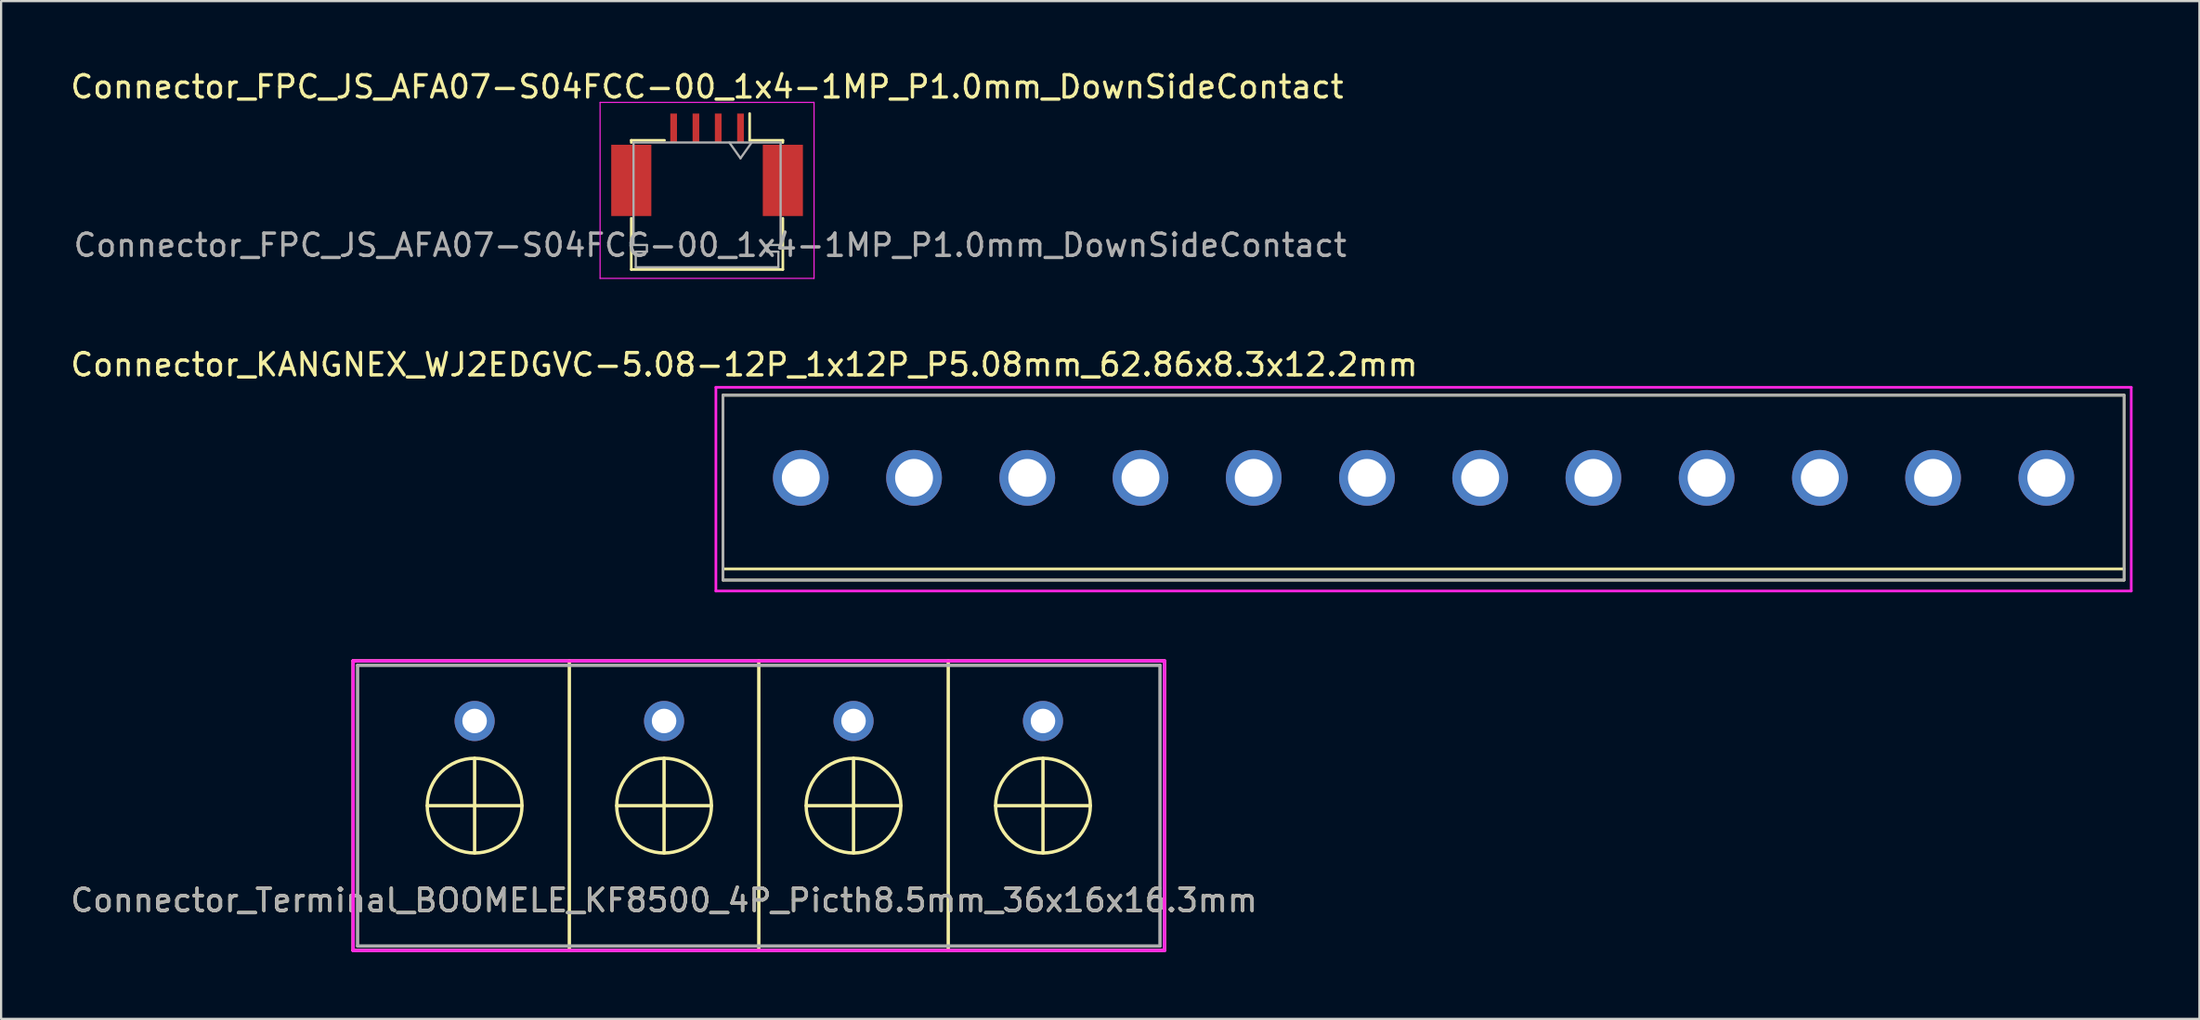
<source format=kicad_pcb>
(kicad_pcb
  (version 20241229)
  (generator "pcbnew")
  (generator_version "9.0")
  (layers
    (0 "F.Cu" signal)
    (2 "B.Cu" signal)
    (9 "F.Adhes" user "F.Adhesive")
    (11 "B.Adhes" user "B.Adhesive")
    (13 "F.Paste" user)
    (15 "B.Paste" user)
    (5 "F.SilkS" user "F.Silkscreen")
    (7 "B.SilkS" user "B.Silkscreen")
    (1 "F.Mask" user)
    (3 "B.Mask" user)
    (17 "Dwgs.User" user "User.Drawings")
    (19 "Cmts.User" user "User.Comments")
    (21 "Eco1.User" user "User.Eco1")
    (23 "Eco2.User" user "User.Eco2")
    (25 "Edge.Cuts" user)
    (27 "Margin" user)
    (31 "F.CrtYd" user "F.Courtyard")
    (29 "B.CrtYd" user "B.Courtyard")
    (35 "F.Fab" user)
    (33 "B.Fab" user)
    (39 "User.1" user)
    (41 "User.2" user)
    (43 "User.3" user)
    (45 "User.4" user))
  (footprint "Connector_KANGNEX_WJ2EDGVC-5.08-12P_1x12P_P5.08mm_62.86x8.3x12.2mm"
    (layer "F.Cu")
    (at 60.819 18.401)
    (property "Reference" "Connector_KANGNEX_WJ2EDGVC-5.08-12P_1x12P_P5.08mm_62.86x8.3x12.2mm" (at -30.48 -5.08 0) (layer "F.SilkS") (effects (font (size 1 1) (thickness 0.15))))
    (attr through_hole)
    (fp_line (start -31.43 -3.71) (end -31.43 4.59) (stroke (width 0.12) (type solid)) (layer "F.SilkS"))
    (fp_line (start -31.43 -3.71) (end 31.43 -3.71) (stroke (width 0.12) (type solid)) (layer "F.SilkS"))
    (fp_line (start -31.43 4.09) (end 31.43 4.09) (stroke (width 0.12) (type solid)) (layer "F.SilkS"))
    (fp_line (start -31.43 4.59) (end 31.43 4.59) (stroke (width 0.12) (type solid)) (layer "F.SilkS"))
    (fp_line (start 31.43 -3.71) (end 31.43 4.59) (stroke (width 0.12) (type solid)) (layer "F.SilkS"))
    (fp_line (start -31.75 -4.064) (end -31.75 5.08) (stroke (width 0.12) (type solid)) (layer "F.CrtYd"))
    (fp_line (start -31.75 5.08) (end 31.75 5.08) (stroke (width 0.12) (type solid)) (layer "F.CrtYd"))
    (fp_line (start 31.75 -4.064) (end -31.75 -4.064) (stroke (width 0.12) (type solid)) (layer "F.CrtYd"))
    (fp_line (start 31.75 5.08) (end 31.75 -4.064) (stroke (width 0.12) (type solid)) (layer "F.CrtYd"))
    (fp_line (start -31.43 -3.71) (end -31.43 4.59) (stroke (width 0.12) (type solid)) (layer "F.Fab"))
    (fp_line (start -31.43 4.59) (end 31.43 4.59) (stroke (width 0.12) (type solid)) (layer "F.Fab"))
    (fp_line (start 31.43 -3.71) (end -31.43 -3.71) (stroke (width 0.12) (type solid)) (layer "F.Fab"))
    (fp_line (start 31.43 4.59) (end 31.43 -3.71) (stroke (width 0.12) (type solid)) (layer "F.Fab"))
    (pad "1" thru_hole circle (at -27.94 0) (size 2.5 2.5) (drill 1.7) (layers "*.Cu" "*.Mask"))
    (pad "2" thru_hole circle (at -22.86 0) (size 2.5 2.5) (drill 1.7) (layers "*.Cu" "*.Mask"))
    (pad "3" thru_hole circle (at -17.78 0) (size 2.5 2.5) (drill 1.7) (layers "*.Cu" "*.Mask"))
    (pad "4" thru_hole circle (at -12.7 0) (size 2.5 2.5) (drill 1.7) (layers "*.Cu" "*.Mask"))
    (pad "5" thru_hole circle (at -7.62 0) (size 2.5 2.5) (drill 1.7) (layers "*.Cu" "*.Mask"))
    (pad "6" thru_hole circle (at -2.54 0) (size 2.5 2.5) (drill 1.7) (layers "*.Cu" "*.Mask"))
    (pad "7" thru_hole circle (at 2.54 0) (size 2.5 2.5) (drill 1.7) (layers "*.Cu" "*.Mask"))
    (pad "8" thru_hole circle (at 7.62 0) (size 2.5 2.5) (drill 1.7) (layers "*.Cu" "*.Mask"))
    (pad "9" thru_hole circle (at 12.7 0) (size 2.5 2.5) (drill 1.7) (layers "*.Cu" "*.Mask"))
    (pad "10" thru_hole circle (at 17.78 0) (size 2.5 2.5) (drill 1.7) (layers "*.Cu" "*.Mask"))
    (pad "11" thru_hole circle (at 22.86 0) (size 2.5 2.5) (drill 1.7) (layers "*.Cu" "*.Mask"))
    (pad "12" thru_hole circle (at 27.94 0) (size 2.5 2.5) (drill 1.7) (layers "*.Cu" "*.Mask")))
  (footprint "Connector_Terminal_BOOMELE_KF8500_4P_Picth8.5mm_36x16x16.3mm"
    (layer "F.Cu")
    (at 30.994 33.117)
    (property "Reference" "Connector_Terminal_BOOMELE_KF8500_4P_Picth8.5mm_36x16x16.3mm" (at -4.25 4.25 0) (layer "F.SilkS") (effects (font (size 1 1) (thickness 0.15))))
    (attr through_hole)
    (fp_line (start -18.2 -6.5) (end -18.2 6.5) (stroke (width 0.15) (type solid)) (layer "F.SilkS"))
    (fp_line (start -18.2 6.5) (end 18.2 6.5) (stroke (width 0.15) (type solid)) (layer "F.SilkS"))
    (fp_line (start -14.875 0) (end -10.625 0) (stroke (width 0.15) (type solid)) (layer "F.SilkS"))
    (fp_line (start -12.75 -2.125) (end -12.75 2.125) (stroke (width 0.15) (type solid)) (layer "F.SilkS"))
    (fp_line (start -8.5 -6.5) (end -8.5 6.5) (stroke (width 0.15) (type solid)) (layer "F.SilkS"))
    (fp_line (start -6.375 0) (end -2.125 0) (stroke (width 0.15) (type solid)) (layer "F.SilkS"))
    (fp_line (start -4.25 -2.125) (end -4.25 2.125) (stroke (width 0.15) (type solid)) (layer "F.SilkS"))
    (fp_line (start 0 -6.5) (end 0 6.5) (stroke (width 0.15) (type solid)) (layer "F.SilkS"))
    (fp_line (start 2.125 0) (end 6.375 0) (stroke (width 0.15) (type solid)) (layer "F.SilkS"))
    (fp_line (start 4.25 -2.125) (end 4.25 2.125) (stroke (width 0.15) (type solid)) (layer "F.SilkS"))
    (fp_line (start 8.5 -6.5) (end 8.5 6.5) (stroke (width 0.15) (type solid)) (layer "F.SilkS"))
    (fp_line (start 10.625 0) (end 14.875 0) (stroke (width 0.15) (type solid)) (layer "F.SilkS"))
    (fp_line (start 12.75 -2.125) (end 12.75 2.125) (stroke (width 0.15) (type solid)) (layer "F.SilkS"))
    (fp_line (start 18.2 -6.5) (end -18.2 -6.5) (stroke (width 0.15) (type solid)) (layer "F.SilkS"))
    (fp_line (start 18.2 6.5) (end 18.2 -6.5) (stroke (width 0.15) (type solid)) (layer "F.SilkS"))
    (fp_circle (center -12.75 0) (end -12.75 2.125) (stroke (width 0.15) (type solid)) (fill no) (layer "F.SilkS"))
    (fp_circle (center -4.25 0) (end -4.25 2.125) (stroke (width 0.15) (type solid)) (fill no) (layer "F.SilkS"))
    (fp_circle (center 4.25 0) (end 6.375 0) (stroke (width 0.15) (type solid)) (fill no) (layer "F.SilkS"))
    (fp_circle (center 12.75 0) (end 12.75 2.125) (stroke (width 0.15) (type solid)) (fill no) (layer "F.SilkS"))
    (fp_line (start -18.2 -6.5) (end -18.2 6.5) (stroke (width 0.15) (type solid)) (layer "F.CrtYd"))
    (fp_line (start -18.2 6.5) (end 18.2 6.5) (stroke (width 0.15) (type solid)) (layer "F.CrtYd"))
    (fp_line (start 18.2 -6.5) (end -18.2 -6.5) (stroke (width 0.15) (type solid)) (layer "F.CrtYd"))
    (fp_line (start 18.2 6.5) (end 18.2 -6.5) (stroke (width 0.15) (type solid)) (layer "F.CrtYd"))
    (fp_line (start -18 -6.3) (end -18 6.3) (stroke (width 0.15) (type solid)) (layer "F.Fab"))
    (fp_line (start -18 6.3) (end 18 6.3) (stroke (width 0.15) (type solid)) (layer "F.Fab"))
    (fp_line (start 18 -6.3) (end -18 -6.3) (stroke (width 0.15) (type solid)) (layer "F.Fab"))
    (fp_line (start 18 6.3) (end 18 -6.3) (stroke (width 0.15) (type solid)) (layer "F.Fab"))
    (fp_text user "${REFERENCE}" (at -4.25 4.25 0) (layer "F.Fab") (effects (font (size 1 1) (thickness 0.15))))
    (pad "1" thru_hole circle (at -12.75 -3.8) (size 1.8 1.8) (drill 1.1) (layers "*.Cu" "*.Mask"))
    (pad "2" thru_hole circle (at -4.25 -3.8) (size 1.8 1.8) (drill 1.1) (layers "*.Cu" "*.Mask"))
    (pad "3" thru_hole circle (at 4.25 -3.8) (size 1.8 1.8) (drill 1.1) (layers "*.Cu" "*.Mask"))
    (pad "4" thru_hole circle (at 12.75 -3.8) (size 1.8 1.8) (drill 1.1) (layers "*.Cu" "*.Mask")))
  (footprint "Connector_FPC_JS_AFA07-S04FCC-00_1x4-1MP_P1.0mm_DownSideContact"
    (layer "F.Cu")
    (at 28.673 4.548)
    (property "Reference" "Connector_FPC_JS_AFA07-S04FCC-00_1x4-1MP_P1.0mm_DownSideContact" (at 0 -3.7 0) (layer "F.SilkS") (effects (font (size 1 1) (thickness 0.15))))
    (attr smd)
    (fp_line (start -3.4 -1.3) (end -3.4 -1.2) (stroke (width 0.12) (type solid)) (layer "F.SilkS"))
    (fp_line (start -3.4 2.2) (end -3.4 4.5) (stroke (width 0.12) (type solid)) (layer "F.SilkS"))
    (fp_line (start -3.4 4.5) (end 3.4 4.5) (stroke (width 0.12) (type solid)) (layer "F.SilkS"))
    (fp_line (start -1.91 -1.3) (end -3.4 -1.3) (stroke (width 0.12) (type solid)) (layer "F.SilkS"))
    (fp_line (start 1.91 -1.3) (end 1.91 -2.5) (stroke (width 0.12) (type solid)) (layer "F.SilkS"))
    (fp_line (start 1.91 -1.3) (end 3.4 -1.3) (stroke (width 0.12) (type solid)) (layer "F.SilkS"))
    (fp_line (start 3.4 -1.3) (end 3.4 -1.2) (stroke (width 0.12) (type solid)) (layer "F.SilkS"))
    (fp_line (start 3.4 4.5) (end 3.4 2.2) (stroke (width 0.12) (type solid)) (layer "F.SilkS"))
    (fp_line (start -4.8 -3) (end -4.8 4.9) (stroke (width 0.05) (type solid)) (layer "F.CrtYd"))
    (fp_line (start -4.8 4.9) (end 4.8 4.9) (stroke (width 0.05) (type solid)) (layer "F.CrtYd"))
    (fp_line (start 4.8 -3) (end -4.8 -3) (stroke (width 0.05) (type solid)) (layer "F.CrtYd"))
    (fp_line (start 4.8 4.9) (end 4.8 -3) (stroke (width 0.05) (type solid)) (layer "F.CrtYd"))
    (fp_line (start -3.3 -1.2) (end -3.3 3.4) (stroke (width 0.1) (type solid)) (layer "F.Fab"))
    (fp_line (start -3.3 -1.2) (end 3.3 -1.2) (stroke (width 0.1) (type solid)) (layer "F.Fab"))
    (fp_line (start -3.3 3.4) (end -2.7 3.4) (stroke (width 0.1) (type solid)) (layer "F.Fab"))
    (fp_line (start -3.2 3.7) (end -3.2 4.4) (stroke (width 0.1) (type solid)) (layer "F.Fab"))
    (fp_line (start -2.7 3.4) (end -2.7 3.7) (stroke (width 0.1) (type solid)) (layer "F.Fab"))
    (fp_line (start -2.7 3.7) (end -3.2 3.7) (stroke (width 0.1) (type solid)) (layer "F.Fab"))
    (fp_line (start 1 -1.2) (end 1.5 -0.493) (stroke (width 0.1) (type solid)) (layer "F.Fab"))
    (fp_line (start 1.5 -0.493) (end 2 -1.2) (stroke (width 0.1) (type solid)) (layer "F.Fab"))
    (fp_line (start 2.7 3.4) (end 2.7 3.7) (stroke (width 0.1) (type solid)) (layer "F.Fab"))
    (fp_line (start 2.7 3.7) (end 3.2 3.7) (stroke (width 0.1) (type solid)) (layer "F.Fab"))
    (fp_line (start 3.2 3.7) (end 3.2 4.4) (stroke (width 0.1) (type solid)) (layer "F.Fab"))
    (fp_line (start 3.2 4.4) (end -3.2 4.4) (stroke (width 0.1) (type solid)) (layer "F.Fab"))
    (fp_line (start 3.3 -1.2) (end 3.3 3.4) (stroke (width 0.1) (type solid)) (layer "F.Fab"))
    (fp_line (start 3.3 3.4) (end 2.7 3.4) (stroke (width 0.1) (type solid)) (layer "F.Fab"))
    (fp_text user "${REFERENCE}" (at 0.14 3.41 0) (layer "F.Fab") (effects (font (size 1 1) (thickness 0.15))))
    (pad "1" smd rect (at 1.5 -1.85) (size 0.3 1.3) (layers "F.Cu" "F.Mask" "F.Paste"))
    (pad "2" smd rect (at 0.5 -1.85) (size 0.3 1.3) (layers "F.Cu" "F.Mask" "F.Paste"))
    (pad "3" smd rect (at -0.5 -1.85) (size 0.3 1.3) (layers "F.Cu" "F.Mask" "F.Paste"))
    (pad "4" smd rect (at -1.5 -1.85) (size 0.3 1.3) (layers "F.Cu" "F.Mask" "F.Paste"))
    (pad "MP" smd rect (at -3.4 0.5) (size 1.8 3.2) (layers "F.Cu" "F.Mask" "F.Paste"))
    (pad "MP" smd rect (at 3.4 0.5) (size 1.8 3.2) (layers "F.Cu" "F.Mask" "F.Paste")))
  (gr_rect
    (start -3 -3)
    (end 95.629 42.691)
    (stroke (width 0.1) (type default))
    (fill no)
    (layer "Edge.Cuts")))
</source>
